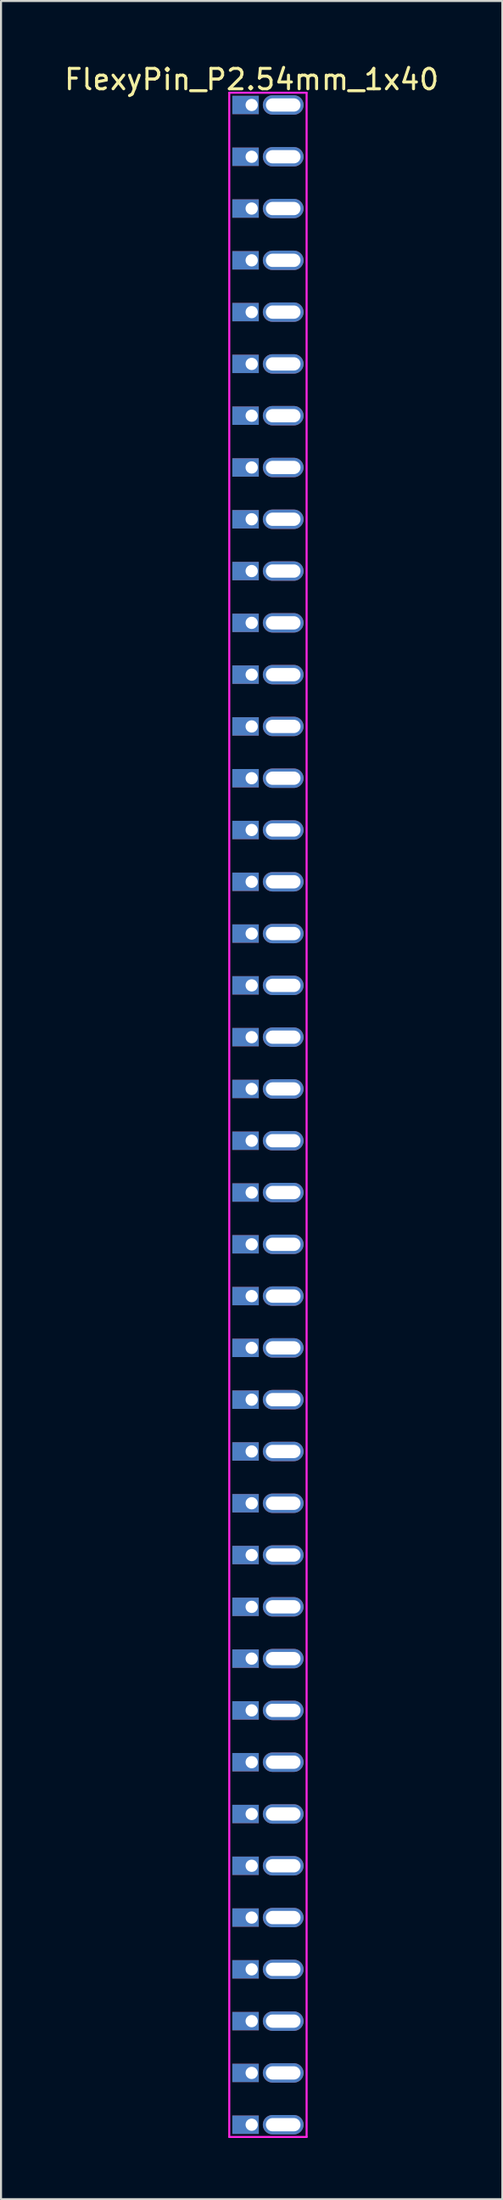
<source format=kicad_pcb>
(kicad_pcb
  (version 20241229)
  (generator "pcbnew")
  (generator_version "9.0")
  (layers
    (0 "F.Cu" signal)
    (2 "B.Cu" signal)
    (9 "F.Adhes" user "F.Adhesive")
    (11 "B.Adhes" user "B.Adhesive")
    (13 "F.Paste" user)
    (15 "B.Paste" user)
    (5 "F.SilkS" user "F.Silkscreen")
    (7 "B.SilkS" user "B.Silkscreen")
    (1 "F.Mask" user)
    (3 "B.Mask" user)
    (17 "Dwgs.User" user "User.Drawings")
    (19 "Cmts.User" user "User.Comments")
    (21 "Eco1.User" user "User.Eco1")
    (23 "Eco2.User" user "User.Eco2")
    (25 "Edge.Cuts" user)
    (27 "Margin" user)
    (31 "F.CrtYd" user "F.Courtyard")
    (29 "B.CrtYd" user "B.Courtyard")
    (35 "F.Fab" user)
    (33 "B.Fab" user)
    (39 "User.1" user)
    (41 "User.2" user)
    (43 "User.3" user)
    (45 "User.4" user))
  (footprint "FlexyPin_P2.54mm_1x40"
    (layer "F.Cu")
    (at 9.315 2.098)
    (property "Reference" "FlexyPin_P2.54mm_1x40" (at 0 -1.25 0) (layer "F.SilkS") (effects (font (size 1 1) (thickness 0.15))))
    (attr through_hole)
    (fp_line (start -1.1 -0.6) (end 2.7 -0.6) (stroke (width 0.1) (type solid)) (layer "F.CrtYd"))
    (fp_line (start -1.1 99.66) (end -1.1 -0.6) (stroke (width 0.1) (type solid)) (layer "F.CrtYd"))
    (fp_line (start 2.7 -0.6) (end 2.7 99.66) (stroke (width 0.1) (type solid)) (layer "F.CrtYd"))
    (fp_line (start 2.7 99.66) (end -1.1 99.66) (stroke (width 0.1) (type solid)) (layer "F.CrtYd"))
    (pad "" thru_hole oval (at 1.55 0) (size 2 0.95) (drill oval 1.7 0.65) (layers "*.Cu" "*.Mask"))
    (pad "" thru_hole oval (at 1.55 2.54) (size 2 0.95) (drill oval 1.7 0.65) (layers "*.Cu" "*.Mask"))
    (pad "" thru_hole oval (at 1.55 5.08) (size 2 0.95) (drill oval 1.7 0.65) (layers "*.Cu" "*.Mask"))
    (pad "" thru_hole oval (at 1.55 7.62) (size 2 0.95) (drill oval 1.7 0.65) (layers "*.Cu" "*.Mask"))
    (pad "" thru_hole oval (at 1.55 10.16) (size 2 0.95) (drill oval 1.7 0.65) (layers "*.Cu" "*.Mask"))
    (pad "" thru_hole oval (at 1.55 12.7) (size 2 0.95) (drill oval 1.7 0.65) (layers "*.Cu" "*.Mask"))
    (pad "" thru_hole oval (at 1.55 15.24) (size 2 0.95) (drill oval 1.7 0.65) (layers "*.Cu" "*.Mask"))
    (pad "" thru_hole oval (at 1.55 17.78) (size 2 0.95) (drill oval 1.7 0.65) (layers "*.Cu" "*.Mask"))
    (pad "" thru_hole oval (at 1.55 20.32) (size 2 0.95) (drill oval 1.7 0.65) (layers "*.Cu" "*.Mask"))
    (pad "" thru_hole oval (at 1.55 22.86) (size 2 0.95) (drill oval 1.7 0.65) (layers "*.Cu" "*.Mask"))
    (pad "" thru_hole oval (at 1.55 25.4) (size 2 0.95) (drill oval 1.7 0.65) (layers "*.Cu" "*.Mask"))
    (pad "" thru_hole oval (at 1.55 27.94) (size 2 0.95) (drill oval 1.7 0.65) (layers "*.Cu" "*.Mask"))
    (pad "" thru_hole oval (at 1.55 30.48) (size 2 0.95) (drill oval 1.7 0.65) (layers "*.Cu" "*.Mask"))
    (pad "" thru_hole oval (at 1.55 33.02) (size 2 0.95) (drill oval 1.7 0.65) (layers "*.Cu" "*.Mask"))
    (pad "" thru_hole oval (at 1.55 35.56) (size 2 0.95) (drill oval 1.7 0.65) (layers "*.Cu" "*.Mask"))
    (pad "" thru_hole oval (at 1.55 38.1) (size 2 0.95) (drill oval 1.7 0.65) (layers "*.Cu" "*.Mask"))
    (pad "" thru_hole oval (at 1.55 40.64) (size 2 0.95) (drill oval 1.7 0.65) (layers "*.Cu" "*.Mask"))
    (pad "" thru_hole oval (at 1.55 43.18) (size 2 0.95) (drill oval 1.7 0.65) (layers "*.Cu" "*.Mask"))
    (pad "" thru_hole oval (at 1.55 45.72) (size 2 0.95) (drill oval 1.7 0.65) (layers "*.Cu" "*.Mask"))
    (pad "" thru_hole oval (at 1.55 48.26) (size 2 0.95) (drill oval 1.7 0.65) (layers "*.Cu" "*.Mask"))
    (pad "" thru_hole oval (at 1.55 50.8) (size 2 0.95) (drill oval 1.7 0.65) (layers "*.Cu" "*.Mask"))
    (pad "" thru_hole oval (at 1.55 53.34) (size 2 0.95) (drill oval 1.7 0.65) (layers "*.Cu" "*.Mask"))
    (pad "" thru_hole oval (at 1.55 55.88) (size 2 0.95) (drill oval 1.7 0.65) (layers "*.Cu" "*.Mask"))
    (pad "" thru_hole oval (at 1.55 58.42) (size 2 0.95) (drill oval 1.7 0.65) (layers "*.Cu" "*.Mask"))
    (pad "" thru_hole oval (at 1.55 60.96) (size 2 0.95) (drill oval 1.7 0.65) (layers "*.Cu" "*.Mask"))
    (pad "" thru_hole oval (at 1.55 63.5) (size 2 0.95) (drill oval 1.7 0.65) (layers "*.Cu" "*.Mask"))
    (pad "" thru_hole oval (at 1.55 66.04) (size 2 0.95) (drill oval 1.7 0.65) (layers "*.Cu" "*.Mask"))
    (pad "" thru_hole oval (at 1.55 68.58) (size 2 0.95) (drill oval 1.7 0.65) (layers "*.Cu" "*.Mask"))
    (pad "" thru_hole oval (at 1.55 71.12) (size 2 0.95) (drill oval 1.7 0.65) (layers "*.Cu" "*.Mask"))
    (pad "" thru_hole oval (at 1.55 73.66) (size 2 0.95) (drill oval 1.7 0.65) (layers "*.Cu" "*.Mask"))
    (pad "" thru_hole oval (at 1.55 76.2) (size 2 0.95) (drill oval 1.7 0.65) (layers "*.Cu" "*.Mask"))
    (pad "" thru_hole oval (at 1.55 78.74) (size 2 0.95) (drill oval 1.7 0.65) (layers "*.Cu" "*.Mask"))
    (pad "" thru_hole oval (at 1.55 81.28) (size 2 0.95) (drill oval 1.7 0.65) (layers "*.Cu" "*.Mask"))
    (pad "" thru_hole oval (at 1.55 83.82) (size 2 0.95) (drill oval 1.7 0.65) (layers "*.Cu" "*.Mask"))
    (pad "" thru_hole oval (at 1.55 86.36) (size 2 0.95) (drill oval 1.7 0.65) (layers "*.Cu" "*.Mask"))
    (pad "" thru_hole oval (at 1.55 88.9) (size 2 0.95) (drill oval 1.7 0.65) (layers "*.Cu" "*.Mask"))
    (pad "" thru_hole oval (at 1.55 91.44) (size 2 0.95) (drill oval 1.7 0.65) (layers "*.Cu" "*.Mask"))
    (pad "" thru_hole oval (at 1.55 93.98) (size 2 0.95) (drill oval 1.7 0.65) (layers "*.Cu" "*.Mask"))
    (pad "" thru_hole oval (at 1.55 96.52) (size 2 0.95) (drill oval 1.7 0.65) (layers "*.Cu" "*.Mask"))
    (pad "" thru_hole oval (at 1.55 99.06) (size 2 0.95) (drill oval 1.7 0.65) (layers "*.Cu" "*.Mask"))
    (pad "1" thru_hole rect (at 0 0) (size 1.3 0.9) (drill 0.6 (offset -0.3 0)) (layers "*.Cu" "*.Mask"))
    (pad "2" thru_hole rect (at 0 2.54) (size 1.3 0.9) (drill 0.6 (offset -0.3 0)) (layers "*.Cu" "*.Mask"))
    (pad "3" thru_hole rect (at 0 5.08) (size 1.3 0.9) (drill 0.6 (offset -0.3 0)) (layers "*.Cu" "*.Mask"))
    (pad "4" thru_hole rect (at 0 7.62) (size 1.3 0.9) (drill 0.6 (offset -0.3 0)) (layers "*.Cu" "*.Mask"))
    (pad "5" thru_hole rect (at 0 10.16) (size 1.3 0.9) (drill 0.6 (offset -0.3 0)) (layers "*.Cu" "*.Mask"))
    (pad "6" thru_hole rect (at 0 12.7) (size 1.3 0.9) (drill 0.6 (offset -0.3 0)) (layers "*.Cu" "*.Mask"))
    (pad "7" thru_hole rect (at 0 15.24) (size 1.3 0.9) (drill 0.6 (offset -0.3 0)) (layers "*.Cu" "*.Mask"))
    (pad "8" thru_hole rect (at 0 17.78) (size 1.3 0.9) (drill 0.6 (offset -0.3 0)) (layers "*.Cu" "*.Mask"))
    (pad "9" thru_hole rect (at 0 20.32) (size 1.3 0.9) (drill 0.6 (offset -0.3 0)) (layers "*.Cu" "*.Mask"))
    (pad "10" thru_hole rect (at 0 22.86) (size 1.3 0.9) (drill 0.6 (offset -0.3 0)) (layers "*.Cu" "*.Mask"))
    (pad "11" thru_hole rect (at 0 25.4) (size 1.3 0.9) (drill 0.6 (offset -0.3 0)) (layers "*.Cu" "*.Mask"))
    (pad "12" thru_hole rect (at 0 27.94) (size 1.3 0.9) (drill 0.6 (offset -0.3 0)) (layers "*.Cu" "*.Mask"))
    (pad "13" thru_hole rect (at 0 30.48) (size 1.3 0.9) (drill 0.6 (offset -0.3 0)) (layers "*.Cu" "*.Mask"))
    (pad "14" thru_hole rect (at 0 33.02) (size 1.3 0.9) (drill 0.6 (offset -0.3 0)) (layers "*.Cu" "*.Mask"))
    (pad "15" thru_hole rect (at 0 35.56) (size 1.3 0.9) (drill 0.6 (offset -0.3 0)) (layers "*.Cu" "*.Mask"))
    (pad "16" thru_hole rect (at 0 38.1) (size 1.3 0.9) (drill 0.6 (offset -0.3 0)) (layers "*.Cu" "*.Mask"))
    (pad "17" thru_hole rect (at 0 40.64) (size 1.3 0.9) (drill 0.6 (offset -0.3 0)) (layers "*.Cu" "*.Mask"))
    (pad "18" thru_hole rect (at 0 43.18) (size 1.3 0.9) (drill 0.6 (offset -0.3 0)) (layers "*.Cu" "*.Mask"))
    (pad "19" thru_hole rect (at 0 45.72) (size 1.3 0.9) (drill 0.6 (offset -0.3 0)) (layers "*.Cu" "*.Mask"))
    (pad "20" thru_hole rect (at 0 48.26) (size 1.3 0.9) (drill 0.6 (offset -0.3 0)) (layers "*.Cu" "*.Mask"))
    (pad "21" thru_hole rect (at 0 50.8) (size 1.3 0.9) (drill 0.6 (offset -0.3 0)) (layers "*.Cu" "*.Mask"))
    (pad "22" thru_hole rect (at 0 53.34) (size 1.3 0.9) (drill 0.6 (offset -0.3 0)) (layers "*.Cu" "*.Mask"))
    (pad "23" thru_hole rect (at 0 55.88) (size 1.3 0.9) (drill 0.6 (offset -0.3 0)) (layers "*.Cu" "*.Mask"))
    (pad "24" thru_hole rect (at 0 58.42) (size 1.3 0.9) (drill 0.6 (offset -0.3 0)) (layers "*.Cu" "*.Mask"))
    (pad "25" thru_hole rect (at 0 60.96) (size 1.3 0.9) (drill 0.6 (offset -0.3 0)) (layers "*.Cu" "*.Mask"))
    (pad "26" thru_hole rect (at 0 63.5) (size 1.3 0.9) (drill 0.6 (offset -0.3 0)) (layers "*.Cu" "*.Mask"))
    (pad "27" thru_hole rect (at 0 66.04) (size 1.3 0.9) (drill 0.6 (offset -0.3 0)) (layers "*.Cu" "*.Mask"))
    (pad "28" thru_hole rect (at 0 68.58) (size 1.3 0.9) (drill 0.6 (offset -0.3 0)) (layers "*.Cu" "*.Mask"))
    (pad "29" thru_hole rect (at 0 71.12) (size 1.3 0.9) (drill 0.6 (offset -0.3 0)) (layers "*.Cu" "*.Mask"))
    (pad "30" thru_hole rect (at 0 73.66) (size 1.3 0.9) (drill 0.6 (offset -0.3 0)) (layers "*.Cu" "*.Mask"))
    (pad "31" thru_hole rect (at 0 76.2) (size 1.3 0.9) (drill 0.6 (offset -0.3 0)) (layers "*.Cu" "*.Mask"))
    (pad "32" thru_hole rect (at 0 78.74) (size 1.3 0.9) (drill 0.6 (offset -0.3 0)) (layers "*.Cu" "*.Mask"))
    (pad "33" thru_hole rect (at 0 81.28) (size 1.3 0.9) (drill 0.6 (offset -0.3 0)) (layers "*.Cu" "*.Mask"))
    (pad "34" thru_hole rect (at 0 83.82) (size 1.3 0.9) (drill 0.6 (offset -0.3 0)) (layers "*.Cu" "*.Mask"))
    (pad "35" thru_hole rect (at 0 86.36) (size 1.3 0.9) (drill 0.6 (offset -0.3 0)) (layers "*.Cu" "*.Mask"))
    (pad "36" thru_hole rect (at 0 88.9) (size 1.3 0.9) (drill 0.6 (offset -0.3 0)) (layers "*.Cu" "*.Mask"))
    (pad "37" thru_hole rect (at 0 91.44) (size 1.3 0.9) (drill 0.6 (offset -0.3 0)) (layers "*.Cu" "*.Mask"))
    (pad "38" thru_hole rect (at 0 93.98) (size 1.3 0.9) (drill 0.6 (offset -0.3 0)) (layers "*.Cu" "*.Mask"))
    (pad "39" thru_hole rect (at 0 96.52) (size 1.3 0.9) (drill 0.6 (offset -0.3 0)) (layers "*.Cu" "*.Mask"))
    (pad "40" thru_hole rect (at 0 99.06) (size 1.3 0.9) (drill 0.6 (offset -0.3 0)) (layers "*.Cu" "*.Mask")))
  (gr_rect
    (start -3 -3)
    (end 21.631 104.808)
    (stroke (width 0.1) (type default))
    (fill no)
    (layer "Edge.Cuts")))
</source>
